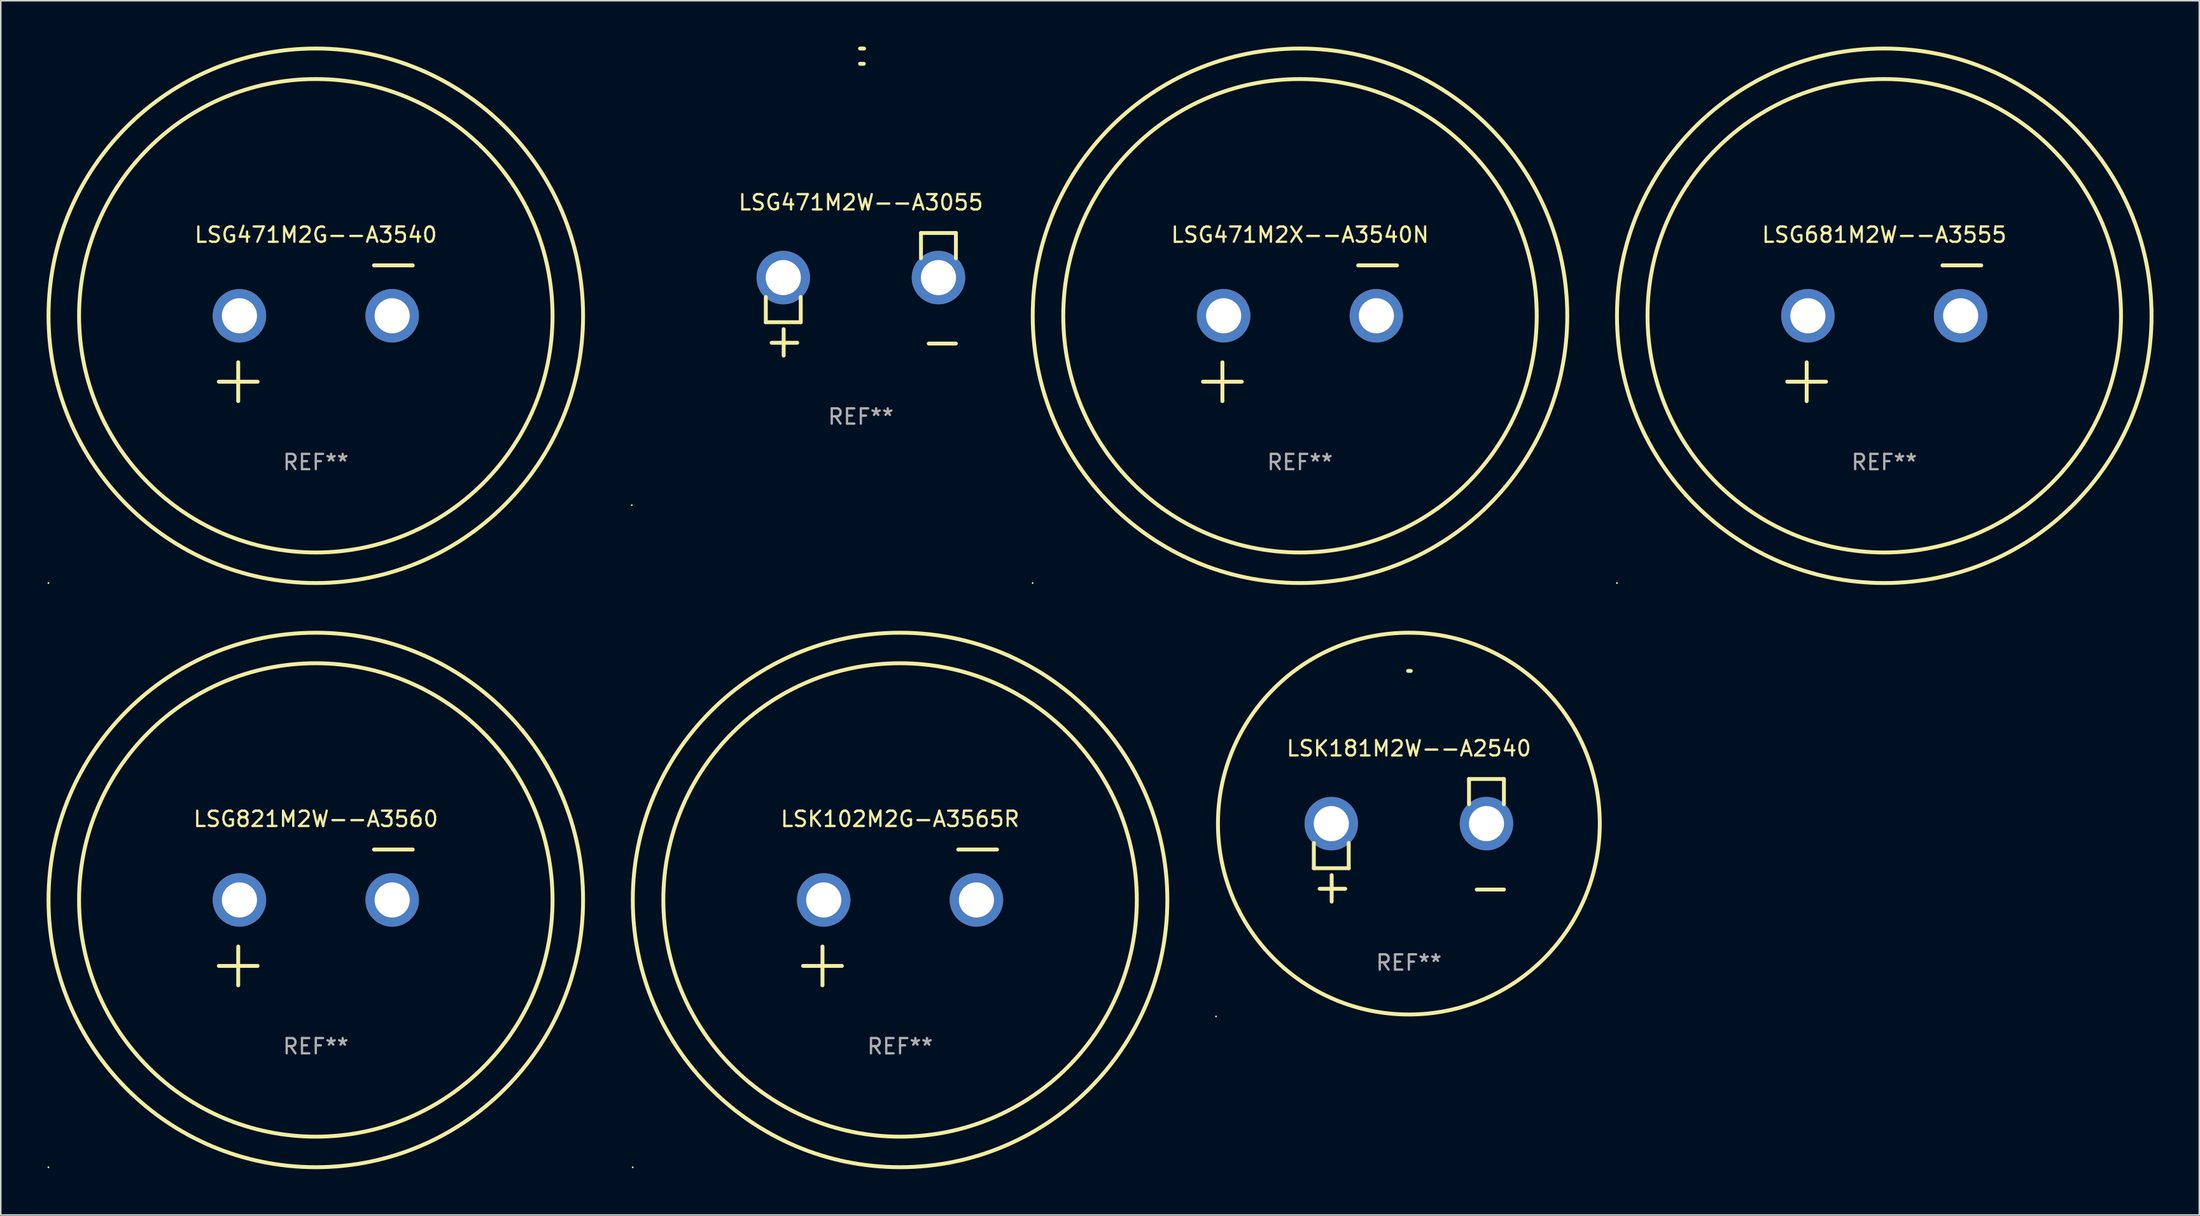
<source format=kicad_pcb>
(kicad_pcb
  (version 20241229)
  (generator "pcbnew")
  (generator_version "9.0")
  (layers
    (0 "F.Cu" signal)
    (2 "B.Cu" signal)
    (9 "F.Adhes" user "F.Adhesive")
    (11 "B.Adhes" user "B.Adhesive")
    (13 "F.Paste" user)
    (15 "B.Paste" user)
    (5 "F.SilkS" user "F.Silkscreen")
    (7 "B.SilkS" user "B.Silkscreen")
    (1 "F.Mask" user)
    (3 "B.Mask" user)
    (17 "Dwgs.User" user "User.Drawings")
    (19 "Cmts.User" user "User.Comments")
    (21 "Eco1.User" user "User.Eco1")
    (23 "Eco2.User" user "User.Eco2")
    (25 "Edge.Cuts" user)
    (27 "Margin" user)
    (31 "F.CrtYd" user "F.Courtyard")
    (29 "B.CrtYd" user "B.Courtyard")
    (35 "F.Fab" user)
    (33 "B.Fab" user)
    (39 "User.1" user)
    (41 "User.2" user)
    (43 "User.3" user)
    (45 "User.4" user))
  (footprint "LSG681M2W--A3555"
    (layer "F.Cu")
    (at 120.321 18.77)
    (property "Reference" "LSG681M2W--A3555" (at 0 -6.445 0) (layer "F.SilkS") (effects (font (size 1 1) (thickness 0.15))))
    (attr through_hole)
    (fp_line (start -6.35 3.175) (end -3.81 3.175) (stroke (width 0.254) (type solid)) (layer "F.SilkS"))
    (fp_line (start -5.08 1.905) (end -5.08 4.445) (stroke (width 0.254) (type solid)) (layer "F.SilkS"))
    (fp_line (start 3.81 -4.445) (end 6.35 -4.445) (stroke (width 0.254) (type solid)) (layer "F.SilkS"))
    (fp_circle (center -17.505 16.362) (end -17.475 16.362) (stroke (width 0.06) (type solid)) (fill no) (layer "F.SilkS"))
    (fp_circle (center 0 -1.143) (end 15.5 -1.143) (stroke (width 0.254) (type solid)) (fill no) (layer "F.SilkS"))
    (fp_circle (center 0 -1.143) (end 17.5 -1.143) (stroke (width 0.254) (type solid)) (fill no) (layer "F.SilkS"))
    (fp_text user "REF**" (at 0 8.445 0) (layer "F.Fab") (effects (font (size 1 1) (thickness 0.15))))
    (pad "1" thru_hole circle (at -5 -1.143) (size 3.5 3.5) (drill 2.3) (layers "*.Cu" "*.Mask"))
    (pad "2" thru_hole circle (at 5 -1.143) (size 3.5 3.5) (drill 2.3) (layers "*.Cu" "*.Mask")))
  (footprint "LSG471M2G--A3540"
    (layer "F.Cu")
    (at 17.627 18.77)
    (property "Reference" "LSG471M2G--A3540" (at 0 -6.445 0) (layer "F.SilkS") (effects (font (size 1 1) (thickness 0.15))))
    (attr through_hole)
    (fp_line (start -6.35 3.175) (end -3.81 3.175) (stroke (width 0.254) (type solid)) (layer "F.SilkS"))
    (fp_line (start -5.08 1.905) (end -5.08 4.445) (stroke (width 0.254) (type solid)) (layer "F.SilkS"))
    (fp_line (start 3.81 -4.445) (end 6.35 -4.445) (stroke (width 0.254) (type solid)) (layer "F.SilkS"))
    (fp_circle (center -17.505 16.362) (end -17.475 16.362) (stroke (width 0.06) (type solid)) (fill no) (layer "F.SilkS"))
    (fp_circle (center 0 -1.143) (end 15.5 -1.143) (stroke (width 0.254) (type solid)) (fill no) (layer "F.SilkS"))
    (fp_circle (center 0 -1.143) (end 17.5 -1.143) (stroke (width 0.254) (type solid)) (fill no) (layer "F.SilkS"))
    (fp_text user "REF**" (at 0 8.445 0) (layer "F.Fab") (effects (font (size 1 1) (thickness 0.15))))
    (pad "1" thru_hole circle (at -5 -1.143) (size 3.5 3.5) (drill 2.3) (layers "*.Cu" "*.Mask"))
    (pad "2" thru_hole circle (at 5 -1.143) (size 3.5 3.5) (drill 2.3) (layers "*.Cu" "*.Mask")))
  (footprint "LSK181M2W--A2540"
    (layer "F.Cu")
    (at 89.195 51.973)
    (property "Reference" "LSK181M2W--A2540" (at 0 -6.013 0) (layer "F.SilkS") (effects (font (size 1 1) (thickness 0.15))))
    (attr through_hole)
    (fp_line (start -6.223 0.178) (end -6.223 1.829) (stroke (width 0.254) (type solid)) (layer "F.SilkS"))
    (fp_line (start -6.223 1.829) (end -3.937 1.829) (stroke (width 0.254) (type solid)) (layer "F.SilkS"))
    (fp_line (start -5.055 4.013) (end -5.055 2.286) (stroke (width 0.254) (type solid)) (layer "F.SilkS"))
    (fp_line (start -4.166 3.175) (end -5.842 3.175) (stroke (width 0.254) (type solid)) (layer "F.SilkS"))
    (fp_line (start -3.937 1.829) (end -3.937 0.178) (stroke (width 0.254) (type solid)) (layer "F.SilkS"))
    (fp_line (start 3.937 -4.013) (end 3.937 -2.362) (stroke (width 0.254) (type solid)) (layer "F.SilkS"))
    (fp_line (start 6.223 -4.013) (end 3.937 -4.013) (stroke (width 0.254) (type solid)) (layer "F.SilkS"))
    (fp_line (start 6.223 -2.362) (end 6.223 -4.013) (stroke (width 0.254) (type solid)) (layer "F.SilkS"))
    (fp_line (start 6.223 3.226) (end 4.445 3.226) (stroke (width 0.254) (type solid)) (layer "F.SilkS"))
    (fp_arc (start -0.0508 -11.092202) (mid 0.036835 -11.091307) (end 0.12446 -11.089662) (stroke (width 0.254001) (type solid)) (layer "F.SilkS"))
    (fp_circle (center -12.627 11.535) (end -12.597 11.535) (stroke (width 0.06) (type solid)) (fill no) (layer "F.SilkS"))
    (fp_circle (center 0 -1.092) (end 12.5 -1.092) (stroke (width 0.254) (type solid)) (fill no) (layer "F.SilkS"))
    (fp_text user "REF**" (at 0 8.013 0) (layer "F.Fab") (effects (font (size 1 1) (thickness 0.15))))
    (pad "1" thru_hole circle (at -5.08 -1.092) (size 3.5 3.5) (drill 2.3) (layers "*.Cu" "*.Mask"))
    (pad "2" thru_hole circle (at 5.08 -1.092) (size 3.5 3.5) (drill 2.3) (layers "*.Cu" "*.Mask")))
  (footprint "LSG471M2W--A3055"
    (layer "F.Cu")
    (at 53.314 16.22)
    (property "Reference" "LSG471M2W--A3055" (at 0 -6.013 0) (layer "F.SilkS") (effects (font (size 1 1) (thickness 0.15))))
    (attr through_hole)
    (fp_line (start -6.223 0.178) (end -6.223 1.829) (stroke (width 0.254) (type solid)) (layer "F.SilkS"))
    (fp_line (start -6.223 1.829) (end -3.937 1.829) (stroke (width 0.254) (type solid)) (layer "F.SilkS"))
    (fp_line (start -5.055 4.013) (end -5.055 2.286) (stroke (width 0.254) (type solid)) (layer "F.SilkS"))
    (fp_line (start -4.166 3.175) (end -5.842 3.175) (stroke (width 0.254) (type solid)) (layer "F.SilkS"))
    (fp_line (start -3.937 1.829) (end -3.937 0.178) (stroke (width 0.254) (type solid)) (layer "F.SilkS"))
    (fp_line (start 3.937 -4.013) (end 3.937 -2.362) (stroke (width 0.254) (type solid)) (layer "F.SilkS"))
    (fp_line (start 6.223 -4.013) (end 3.937 -4.013) (stroke (width 0.254) (type solid)) (layer "F.SilkS"))
    (fp_line (start 6.223 -2.362) (end 6.223 -4.013) (stroke (width 0.254) (type solid)) (layer "F.SilkS"))
    (fp_line (start 6.223 3.226) (end 4.445 3.226) (stroke (width 0.254) (type solid)) (layer "F.SilkS"))
    (fp_arc (start -0.0508 -16.093472) (mid 0.080016 -16.092762) (end 0.210821 -16.090932) (stroke (width 0.254001) (type solid)) (layer "F.SilkS"))
    (fp_arc (start -0.0508 -15.09271) (mid 0.071125 -15.091961) (end 0.19304 -15.09017) (stroke (width 0.254001) (type solid)) (layer "F.SilkS"))
    (fp_circle (center -15 13.808) (end -14.97 13.808) (stroke (width 0.06) (type solid)) (fill no) (layer "F.SilkS"))
    (fp_text user "REF**" (at 0 8.013 0) (layer "F.Fab") (effects (font (size 1 1) (thickness 0.15))))
    (pad "1" thru_hole circle (at -5.08 -1.092) (size 3.5 3.5) (drill 2.3) (layers "*.Cu" "*.Mask"))
    (pad "2" thru_hole circle (at 5.08 -1.092) (size 3.5 3.5) (drill 2.3) (layers "*.Cu" "*.Mask")))
  (footprint "LSG821M2W--A3560"
    (layer "F.Cu")
    (at 17.627 57.024)
    (property "Reference" "LSG821M2W--A3560" (at 0 -6.445 0) (layer "F.SilkS") (effects (font (size 1 1) (thickness 0.15))))
    (attr through_hole)
    (fp_line (start -6.35 3.175) (end -3.81 3.175) (stroke (width 0.254) (type solid)) (layer "F.SilkS"))
    (fp_line (start -5.08 1.905) (end -5.08 4.445) (stroke (width 0.254) (type solid)) (layer "F.SilkS"))
    (fp_line (start 3.81 -4.445) (end 6.35 -4.445) (stroke (width 0.254) (type solid)) (layer "F.SilkS"))
    (fp_circle (center -17.505 16.362) (end -17.475 16.362) (stroke (width 0.06) (type solid)) (fill no) (layer "F.SilkS"))
    (fp_circle (center 0 -1.143) (end 15.5 -1.143) (stroke (width 0.254) (type solid)) (fill no) (layer "F.SilkS"))
    (fp_circle (center 0 -1.143) (end 17.5 -1.143) (stroke (width 0.254) (type solid)) (fill no) (layer "F.SilkS"))
    (fp_text user "REF**" (at 0 8.445 0) (layer "F.Fab") (effects (font (size 1 1) (thickness 0.15))))
    (pad "1" thru_hole circle (at -5 -1.143) (size 3.5 3.5) (drill 2.3) (layers "*.Cu" "*.Mask"))
    (pad "2" thru_hole circle (at 5 -1.143) (size 3.5 3.5) (drill 2.3) (layers "*.Cu" "*.Mask")))
  (footprint "LSK102M2G-A3565R"
    (layer "F.Cu")
    (at 55.881 57.024)
    (property "Reference" "LSK102M2G-A3565R" (at 0 -6.445 0) (layer "F.SilkS") (effects (font (size 1 1) (thickness 0.15))))
    (attr through_hole)
    (fp_line (start -6.35 3.175) (end -3.81 3.175) (stroke (width 0.254) (type solid)) (layer "F.SilkS"))
    (fp_line (start -5.08 1.905) (end -5.08 4.445) (stroke (width 0.254) (type solid)) (layer "F.SilkS"))
    (fp_line (start 3.81 -4.445) (end 6.35 -4.445) (stroke (width 0.254) (type solid)) (layer "F.SilkS"))
    (fp_circle (center -17.505 16.362) (end -17.475 16.362) (stroke (width 0.06) (type solid)) (fill no) (layer "F.SilkS"))
    (fp_circle (center 0 -1.143) (end 15.5 -1.143) (stroke (width 0.254) (type solid)) (fill no) (layer "F.SilkS"))
    (fp_circle (center 0 -1.143) (end 17.5 -1.143) (stroke (width 0.254) (type solid)) (fill no) (layer "F.SilkS"))
    (fp_text user "REF**" (at 0 8.445 0) (layer "F.Fab") (effects (font (size 1 1) (thickness 0.15))))
    (pad "1" thru_hole circle (at -5 -1.143) (size 3.5 3.5) (drill 2.3) (layers "*.Cu" "*.Mask"))
    (pad "2" thru_hole circle (at 5 -1.143) (size 3.5 3.5) (drill 2.3) (layers "*.Cu" "*.Mask")))
  (footprint "LSG471M2X--A3540N"
    (layer "F.Cu")
    (at 82.066 18.77)
    (property "Reference" "LSG471M2X--A3540N" (at 0 -6.445 0) (layer "F.SilkS") (effects (font (size 1 1) (thickness 0.15))))
    (attr through_hole)
    (fp_line (start -6.35 3.175) (end -3.81 3.175) (stroke (width 0.254) (type solid)) (layer "F.SilkS"))
    (fp_line (start -5.08 1.905) (end -5.08 4.445) (stroke (width 0.254) (type solid)) (layer "F.SilkS"))
    (fp_line (start 3.81 -4.445) (end 6.35 -4.445) (stroke (width 0.254) (type solid)) (layer "F.SilkS"))
    (fp_circle (center -17.505 16.362) (end -17.475 16.362) (stroke (width 0.06) (type solid)) (fill no) (layer "F.SilkS"))
    (fp_circle (center 0 -1.143) (end 15.5 -1.143) (stroke (width 0.254) (type solid)) (fill no) (layer "F.SilkS"))
    (fp_circle (center 0 -1.143) (end 17.5 -1.143) (stroke (width 0.254) (type solid)) (fill no) (layer "F.SilkS"))
    (fp_text user "REF**" (at 0 8.445 0) (layer "F.Fab") (effects (font (size 1 1) (thickness 0.15))))
    (pad "1" thru_hole circle (at -5 -1.143) (size 3.5 3.5) (drill 2.3) (layers "*.Cu" "*.Mask"))
    (pad "2" thru_hole circle (at 5 -1.143) (size 3.5 3.5) (drill 2.3) (layers "*.Cu" "*.Mask")))
  (gr_rect
    (start -3 -3)
    (end 140.948 76.509)
    (stroke (width 0.1) (type default))
    (fill no)
    (layer "Edge.Cuts")))
</source>
